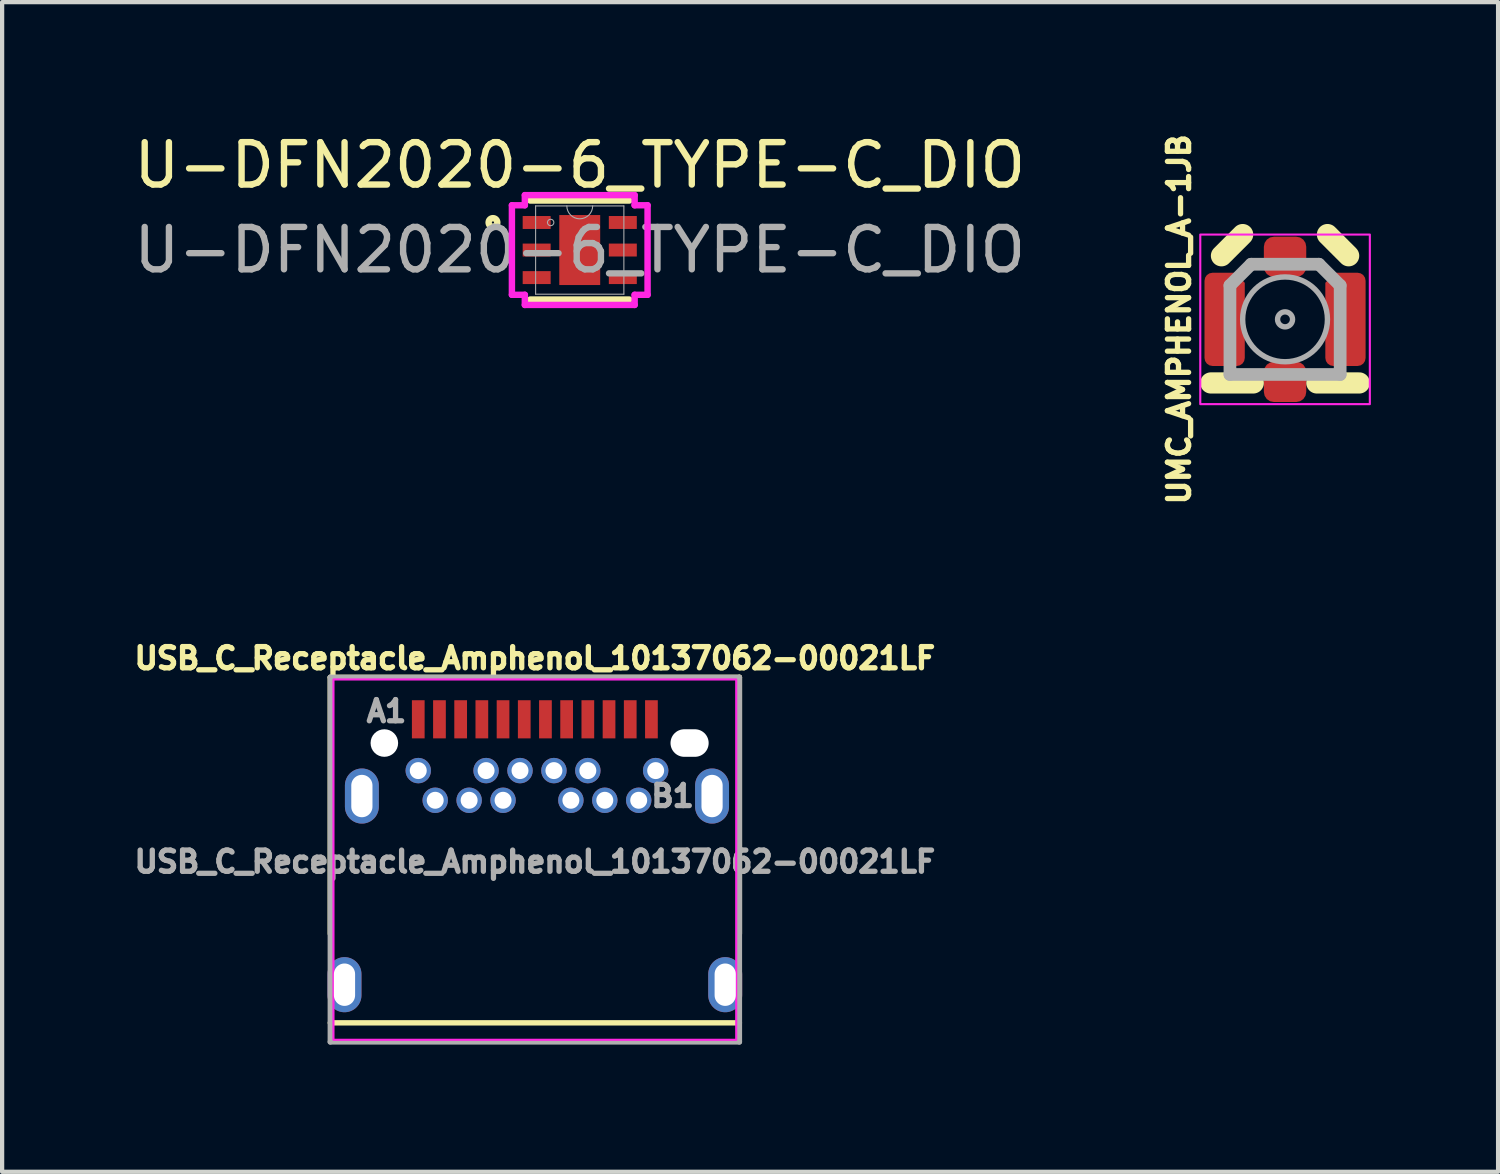
<source format=kicad_pcb>
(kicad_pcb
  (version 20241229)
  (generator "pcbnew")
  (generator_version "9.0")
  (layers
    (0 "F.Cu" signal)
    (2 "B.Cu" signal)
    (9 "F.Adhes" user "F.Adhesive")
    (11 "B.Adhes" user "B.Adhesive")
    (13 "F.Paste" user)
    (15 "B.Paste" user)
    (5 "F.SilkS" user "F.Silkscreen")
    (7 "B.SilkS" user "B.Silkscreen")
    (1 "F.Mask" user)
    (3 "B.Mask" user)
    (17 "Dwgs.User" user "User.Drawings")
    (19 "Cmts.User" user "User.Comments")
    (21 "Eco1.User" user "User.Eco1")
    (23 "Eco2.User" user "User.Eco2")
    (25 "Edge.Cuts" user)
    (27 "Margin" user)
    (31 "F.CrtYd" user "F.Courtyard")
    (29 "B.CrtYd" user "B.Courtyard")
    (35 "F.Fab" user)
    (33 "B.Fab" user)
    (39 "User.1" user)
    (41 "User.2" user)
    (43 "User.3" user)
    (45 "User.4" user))
  (footprint "U-DFN2020-6_TYPE-C_DIO"
    (layer "F.Cu")
    (at 10.625 2.848)
    (property "Reference" "U-DFN2020-6_TYPE-C_DIO" (at 0 -2 0) (unlocked yes) (layer "F.SilkS") (effects (font (size 1 1) (thickness 0.15))))
    (attr smd)
    (fp_line (start -1.168 1.168) (end 1.168 1.168) (stroke (width 0.152) (type solid)) (layer "F.SilkS"))
    (fp_line (start 1.168 -1.168) (end -1.168 -1.168) (stroke (width 0.152) (type solid)) (layer "F.SilkS"))
    (fp_circle (center -2.047 -0.65) (end -1.945 -0.65) (stroke (width 0.152) (type solid)) (fill no) (layer "F.SilkS"))
    (fp_line (start -1.6 -1.056) (end -1.295 -1.056) (stroke (width 0.152) (type solid)) (layer "F.CrtYd"))
    (fp_line (start -1.6 1.056) (end -1.6 -1.056) (stroke (width 0.152) (type solid)) (layer "F.CrtYd"))
    (fp_line (start -1.6 1.056) (end -1.295 1.056) (stroke (width 0.152) (type solid)) (layer "F.CrtYd"))
    (fp_line (start -1.295 -1.295) (end 1.295 -1.295) (stroke (width 0.152) (type solid)) (layer "F.CrtYd"))
    (fp_line (start -1.295 -1.056) (end -1.295 -1.295) (stroke (width 0.152) (type solid)) (layer "F.CrtYd"))
    (fp_line (start -1.295 1.295) (end -1.295 1.056) (stroke (width 0.152) (type solid)) (layer "F.CrtYd"))
    (fp_line (start 1.295 -1.295) (end 1.295 -1.056) (stroke (width 0.152) (type solid)) (layer "F.CrtYd"))
    (fp_line (start 1.295 1.056) (end 1.295 1.295) (stroke (width 0.152) (type solid)) (layer "F.CrtYd"))
    (fp_line (start 1.295 1.295) (end -1.295 1.295) (stroke (width 0.152) (type solid)) (layer "F.CrtYd"))
    (fp_line (start 1.6 -1.056) (end 1.295 -1.056) (stroke (width 0.152) (type solid)) (layer "F.CrtYd"))
    (fp_line (start 1.6 -1.056) (end 1.6 1.056) (stroke (width 0.152) (type solid)) (layer "F.CrtYd"))
    (fp_line (start 1.6 1.056) (end 1.295 1.056) (stroke (width 0.152) (type solid)) (layer "F.CrtYd"))
    (fp_line (start -1.041 -1.041) (end -1.041 1.041) (stroke (width 0.025) (type solid)) (layer "F.Fab"))
    (fp_line (start -1.041 1.041) (end 1.041 1.041) (stroke (width 0.025) (type solid)) (layer "F.Fab"))
    (fp_line (start 1.041 -1.041) (end -1.041 -1.041) (stroke (width 0.025) (type solid)) (layer "F.Fab"))
    (fp_line (start 1.041 1.041) (end 1.041 -1.041) (stroke (width 0.025) (type solid)) (layer "F.Fab"))
    (fp_arc (start 0.3048 -1.0414) (mid 0 -0.7366) (end -0.3048 -1.0414) (stroke (width 0.0254) (type solid)) (layer "F.Fab"))
    (fp_circle (center -0.686 -0.65) (end -0.61 -0.65) (stroke (width 0.025) (type solid)) (fill no) (layer "F.Fab"))
    (fp_text user "${REFERENCE}" (at 0 0 0) (unlocked yes) (layer "F.Fab") (effects (font (size 1 1) (thickness 0.15))))
    (pad "1" smd rect (at -1.016 -0.65) (size 0.66 0.305) (layers "F.Cu" "F.Mask" "F.Paste"))
    (pad "2" smd rect (at -1.016 0) (size 0.66 0.305) (layers "F.Cu" "F.Mask" "F.Paste"))
    (pad "3" smd rect (at -1.016 0.65) (size 0.66 0.305) (layers "F.Cu" "F.Mask" "F.Paste"))
    (pad "4" smd rect (at 1.016 0.65) (size 0.66 0.305) (layers "F.Cu" "F.Mask" "F.Paste"))
    (pad "5" smd rect (at 1.016 0) (size 0.66 0.305) (layers "F.Cu" "F.Mask" "F.Paste"))
    (pad "6" smd rect (at 1.016 -0.65) (size 0.66 0.305) (layers "F.Cu" "F.Mask" "F.Paste"))
    (pad "7" smd rect (at 0 0) (size 0.965 1.651) (layers "F.Cu" "F.Mask" "F.Paste")))
  (footprint "UMC_AMPHENOL_A-1JB"
    (layer "F.Cu")
    (at 27.262 4.483)
    (property "Reference" "UMC_AMPHENOL_A-1JB" (at -2.5 0 270) (layer "F.SilkS") (effects (font (size 0.5 0.5) (thickness 0.125) (bold yes))))
    (attr smd)
    (fp_line (start -1.75 1.5) (end -0.75 1.5) (stroke (width 0.5) (type default)) (layer "F.SilkS"))
    (fp_line (start -1.5 -1.5) (end -1 -2) (stroke (width 0.5) (type default)) (layer "F.SilkS"))
    (fp_line (start 0.75 1.5) (end 1.75 1.5) (stroke (width 0.5) (type default)) (layer "F.SilkS"))
    (fp_line (start 1 -2) (end 1.5 -1.5) (stroke (width 0.5) (type default)) (layer "F.SilkS"))
    (fp_rect (start -2 -2) (end 2 2) (stroke (width 0.05) (type default)) (fill no) (layer "F.CrtYd"))
    (fp_line (start -1.3 -0.8) (end -1.3 1.3) (stroke (width 0.3) (type default)) (layer "F.Fab"))
    (fp_line (start -1.3 1.3) (end 1.3 1.3) (stroke (width 0.3) (type default)) (layer "F.Fab"))
    (fp_line (start -0.8 -1.3) (end -1.3 -0.8) (stroke (width 0.3) (type default)) (layer "F.Fab"))
    (fp_line (start -0.8 -1.3) (end 0.8 -1.3) (stroke (width 0.3) (type default)) (layer "F.Fab"))
    (fp_line (start 0.8 -1.3) (end 1.3 -0.8) (stroke (width 0.3) (type default)) (layer "F.Fab"))
    (fp_line (start 1.3 -0.8) (end 1.3 1.3) (stroke (width 0.3) (type default)) (layer "F.Fab"))
    (fp_circle (center 0 0) (end 0 -1) (stroke (width 0.127) (type solid)) (fill no) (layer "F.Fab"))
    (fp_circle (center 0 0) (end 0 -0.177) (stroke (width 0.127) (type solid)) (fill no) (layer "F.Fab"))
    (pad "1" smd roundrect (at 0 -1.475) (size 1 0.95) (layers "F.Cu" "F.Mask" "F.Paste") (roundrect_rratio 0.25))
    (pad "2" smd roundrect (at -1.425 0) (size 0.95 2.2) (layers "F.Cu" "F.Mask" "F.Paste") (roundrect_rratio 0.2) (chamfer_ratio 0.25) (chamfer top_right))
    (pad "2" smd roundrect (at 0 1.475) (size 1 0.95) (layers "F.Cu" "F.Mask" "F.Paste") (roundrect_rratio 0.25))
    (pad "2" smd roundrect (at 1.425 0) (size 0.95 2.2) (layers "F.Cu" "F.Mask" "F.Paste") (roundrect_rratio 0.2) (chamfer_ratio 0.25) (chamfer top_left)))
  (footprint "USB_C_Receptacle_Amphenol_10137062-00021LF"
    (layer "F.Cu")
    (at 9.566 14.477)
    (property "Reference" "USB_C_Receptacle_Amphenol_10137062-00021LF" (at 0 -2 0) (layer "F.SilkS") (effects (font (size 0.5 0.5) (thickness 0.125) (bold yes))))
    (attr through_hole)
    (fp_line (start -4.825 -1.55) (end -4.825 4.5) (stroke (width 0.127) (type solid)) (layer "F.SilkS"))
    (fp_line (start -4.825 -1.55) (end 4.825 -1.55) (stroke (width 0.127) (type solid)) (layer "F.SilkS"))
    (fp_line (start 4.825 -1.55) (end 4.825 4.5) (stroke (width 0.127) (type solid)) (layer "F.SilkS"))
    (fp_line (start 4.825 6.6) (end -4.825 6.6) (stroke (width 0.127) (type solid)) (layer "F.SilkS"))
    (fp_rect (start -4.75 7) (end 4.75 -1.5) (stroke (width 0.05) (type default)) (fill no) (layer "F.CrtYd"))
    (fp_line (start -4.825 -1.55) (end 4.825 -1.55) (stroke (width 0.127) (type solid)) (layer "F.Fab"))
    (fp_line (start -4.825 7.05) (end -4.825 -1.55) (stroke (width 0.127) (type solid)) (layer "F.Fab"))
    (fp_line (start 4.825 -1.55) (end 4.825 7.05) (stroke (width 0.127) (type solid)) (layer "F.Fab"))
    (fp_line (start 4.825 7.05) (end -4.825 7.05) (stroke (width 0.127) (type solid)) (layer "F.Fab"))
    (fp_text user "B1" (at 3.25 1.25 0) (layer "F.Fab") (effects (font (size 0.5 0.5) (thickness 0.125) (bold yes))))
    (fp_text user "${REFERENCE}" (at 0 2.8 0) (unlocked yes) (layer "F.Fab") (effects (font (size 0.5 0.5) (thickness 0.125) (bold yes))))
    (fp_text user "A1" (at -3.5 -0.75 0) (layer "F.Fab") (effects (font (size 0.5 0.5) (thickness 0.125) (bold yes))))
    (pad "" np_thru_hole circle (at -3.55 0) (size 0.65 0.65) (drill 0.65) (layers "*.Cu" "*.Mask"))
    (pad "" np_thru_hole oval (at 3.65 0) (size 0.9 0.65) (drill oval 0.9 0.65) (layers "*.Cu" "*.Mask"))
    (pad "A1" smd rect (at -2.75 -0.56) (size 0.3 0.9) (layers "F.Cu" "F.Mask" "F.Paste"))
    (pad "A2" smd rect (at -2.25 -0.56) (size 0.3 0.9) (layers "F.Cu" "F.Mask" "F.Paste"))
    (pad "A3" smd rect (at -1.75 -0.56) (size 0.3 0.9) (layers "F.Cu" "F.Mask" "F.Paste"))
    (pad "A4" smd rect (at -1.25 -0.56) (size 0.3 0.9) (layers "F.Cu" "F.Mask" "F.Paste"))
    (pad "A5" smd rect (at -0.75 -0.56) (size 0.3 0.9) (layers "F.Cu" "F.Mask" "F.Paste"))
    (pad "A6" smd rect (at -0.25 -0.56) (size 0.3 0.9) (layers "F.Cu" "F.Mask" "F.Paste"))
    (pad "A7" smd rect (at 0.25 -0.56) (size 0.3 0.9) (layers "F.Cu" "F.Mask" "F.Paste"))
    (pad "A8" smd rect (at 0.75 -0.56) (size 0.3 0.9) (layers "F.Cu" "F.Mask" "F.Paste"))
    (pad "A9" smd rect (at 1.25 -0.56) (size 0.3 0.9) (layers "F.Cu" "F.Mask" "F.Paste"))
    (pad "A10" smd rect (at 1.75 -0.56) (size 0.3 0.9) (layers "F.Cu" "F.Mask" "F.Paste"))
    (pad "A11" smd rect (at 2.25 -0.56) (size 0.3 0.9) (layers "F.Cu" "F.Mask" "F.Paste"))
    (pad "A12" smd rect (at 2.75 -0.56) (size 0.3 0.9) (layers "F.Cu" "F.Mask" "F.Paste"))
    (pad "B1" thru_hole circle (at 2.85 0.65) (size 0.6 0.6) (drill 0.4) (layers "*.Cu" "*.Mask"))
    (pad "B2" thru_hole circle (at 2.45 1.35) (size 0.6 0.6) (drill 0.4) (layers "*.Cu" "*.Mask"))
    (pad "B3" thru_hole circle (at 1.65 1.35) (size 0.6 0.6) (drill 0.4) (layers "*.Cu" "*.Mask"))
    (pad "B4" thru_hole circle (at 1.25 0.65) (size 0.6 0.6) (drill 0.4) (layers "*.Cu" "*.Mask"))
    (pad "B5" thru_hole circle (at 0.85 1.35) (size 0.6 0.6) (drill 0.4) (layers "*.Cu" "*.Mask"))
    (pad "B6" thru_hole circle (at 0.45 0.65) (size 0.6 0.6) (drill 0.4) (layers "*.Cu" "*.Mask"))
    (pad "B7" thru_hole circle (at -0.35 0.65) (size 0.6 0.6) (drill 0.4) (layers "*.Cu" "*.Mask"))
    (pad "B8" thru_hole circle (at -0.75 1.35) (size 0.6 0.6) (drill 0.4) (layers "*.Cu" "*.Mask"))
    (pad "B9" thru_hole circle (at -1.15 0.65) (size 0.6 0.6) (drill 0.4) (layers "*.Cu" "*.Mask"))
    (pad "B10" thru_hole circle (at -1.55 1.35) (size 0.6 0.6) (drill 0.4) (layers "*.Cu" "*.Mask"))
    (pad "B11" thru_hole circle (at -2.35 1.35) (size 0.6 0.6) (drill 0.4) (layers "*.Cu" "*.Mask"))
    (pad "B12" thru_hole circle (at -2.75 0.65) (size 0.6 0.6) (drill 0.4) (layers "*.Cu" "*.Mask"))
    (pad "S1" thru_hole oval (at -4.08 1.25) (size 0.8 1.3) (drill oval 0.5 1) (layers "*.Cu" "*.Mask"))
    (pad "S2" thru_hole oval (at 4.18 1.25) (size 0.8 1.3) (drill oval 0.5 1) (layers "*.Cu" "*.Mask"))
    (pad "S3" thru_hole oval (at -4.49 5.7) (size 0.8 1.3) (drill oval 0.5 1) (layers "*.Cu" "*.Mask"))
    (pad "S4" thru_hole oval (at 4.49 5.7) (size 0.8 1.3) (drill oval 0.5 1) (layers "*.Cu" "*.Mask")))
  (gr_rect
    (start -3 -3)
    (end 32.287 24.591)
    (stroke (width 0.1) (type default))
    (fill no)
    (layer "Edge.Cuts")))
</source>
